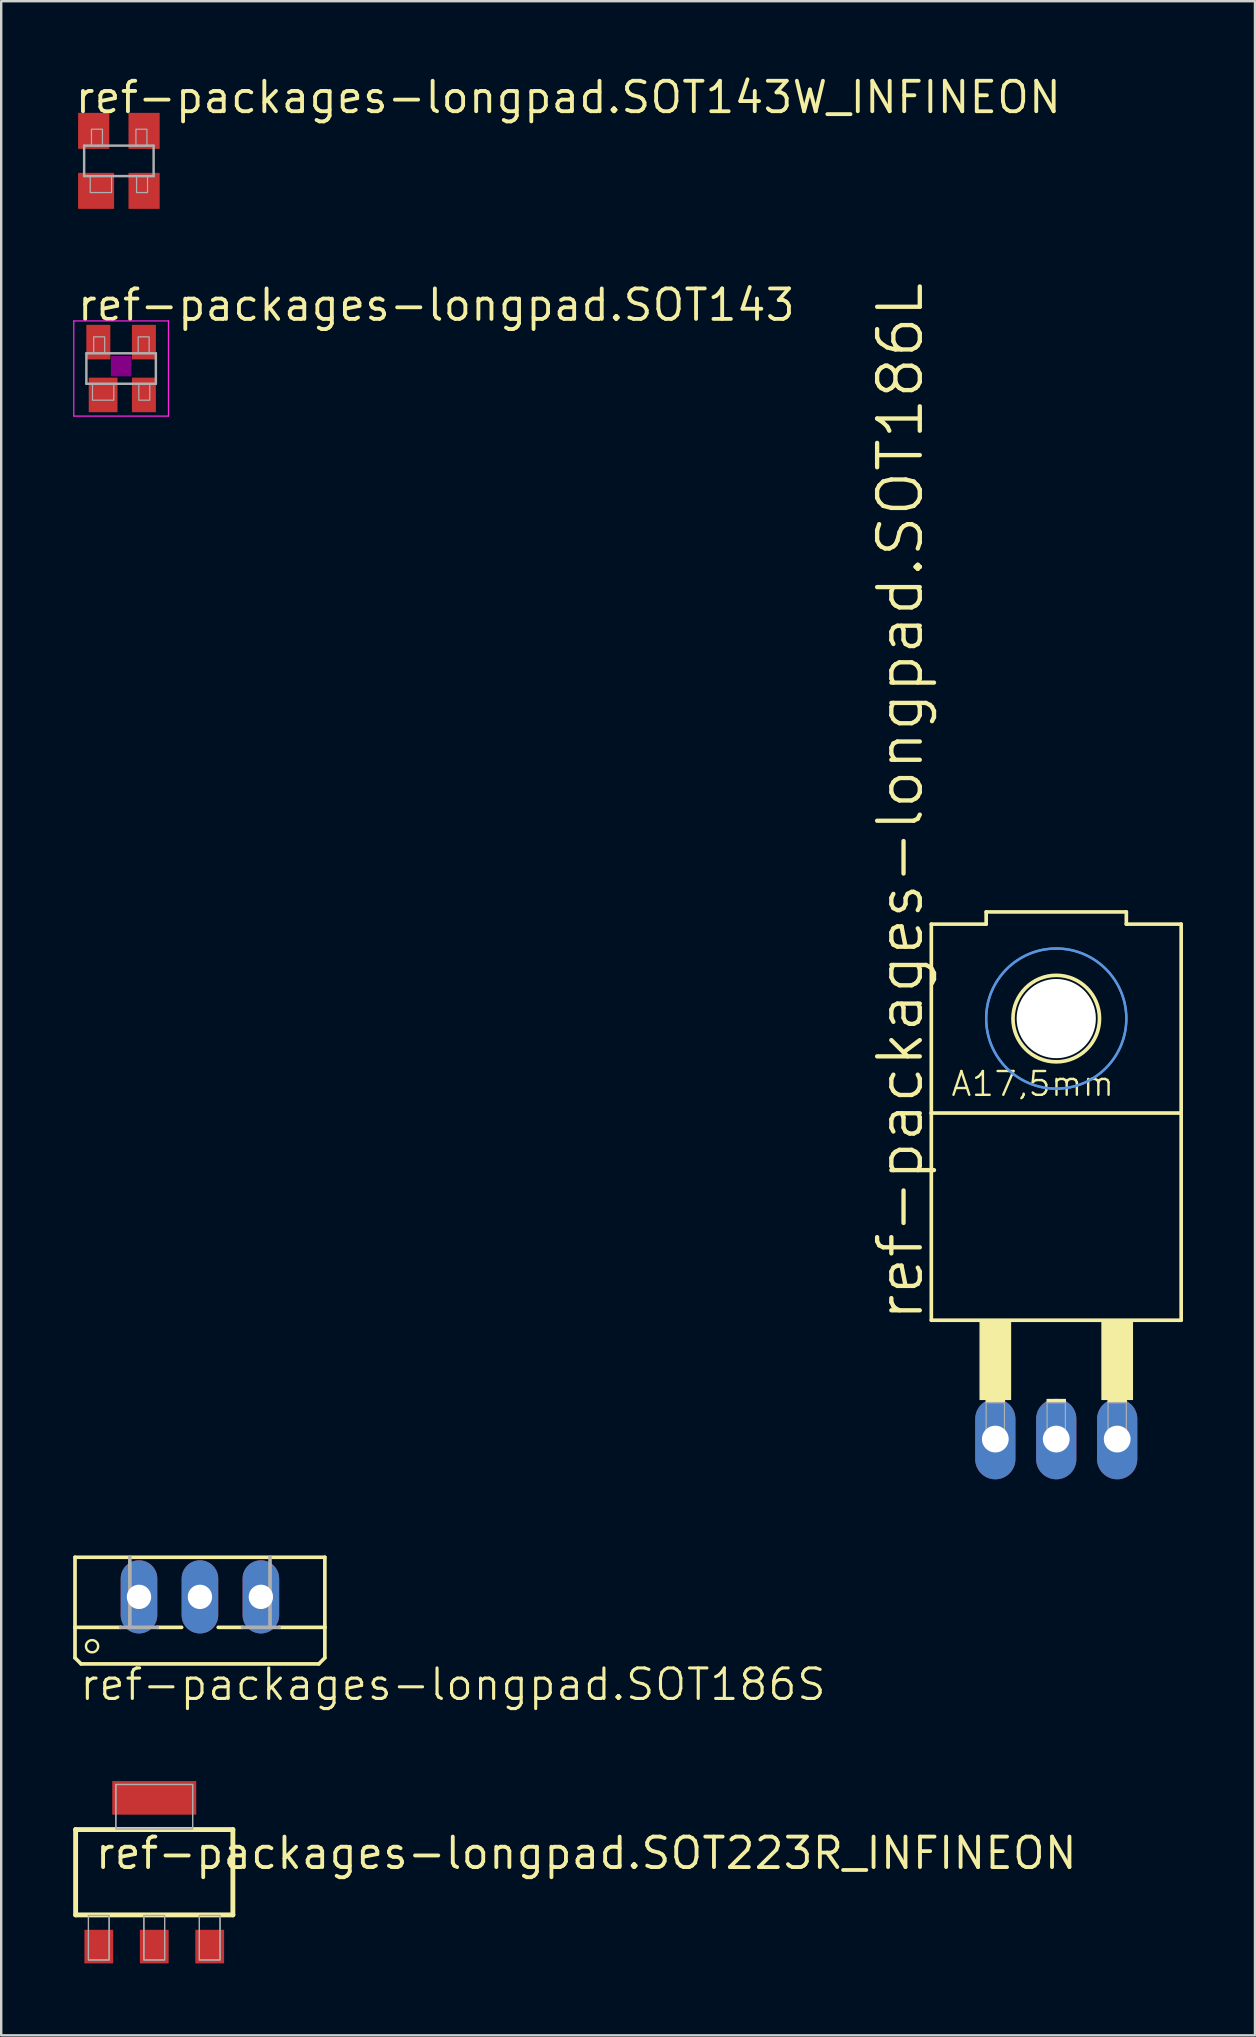
<source format=kicad_pcb>
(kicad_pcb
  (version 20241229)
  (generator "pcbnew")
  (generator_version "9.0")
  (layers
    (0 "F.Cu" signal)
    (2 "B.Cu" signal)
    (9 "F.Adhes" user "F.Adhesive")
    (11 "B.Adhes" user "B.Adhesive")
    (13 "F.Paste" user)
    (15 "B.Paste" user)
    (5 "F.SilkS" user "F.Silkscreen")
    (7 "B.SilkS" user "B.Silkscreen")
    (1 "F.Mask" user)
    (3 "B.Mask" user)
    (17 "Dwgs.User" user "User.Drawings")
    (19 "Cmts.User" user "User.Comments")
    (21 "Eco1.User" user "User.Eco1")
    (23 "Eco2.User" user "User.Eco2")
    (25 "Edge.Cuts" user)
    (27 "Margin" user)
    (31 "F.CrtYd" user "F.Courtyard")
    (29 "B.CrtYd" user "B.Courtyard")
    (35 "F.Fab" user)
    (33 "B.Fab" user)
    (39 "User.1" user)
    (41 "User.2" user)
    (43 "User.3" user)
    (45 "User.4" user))
  (footprint "ref-packages-longpad.SOT186S"
    (layer "F.Cu")
    (at 5.283 61.856)
    (property "Reference" "ref-packages-longpad.SOT186S" (at -5.08 6.045 0) (layer "F.SilkS") (effects (font (size 1.27 1.27) (thickness 0.13)) (justify left bottom)))
    (attr through_hole)
    (fp_line (start -5.207 2.921) (end -5.207 0) (stroke (width 0.152) (type default)) (layer "F.SilkS"))
    (fp_line (start -5.207 2.921) (end -3.302 2.921) (stroke (width 0.152) (type default)) (layer "F.SilkS"))
    (fp_line (start -5.207 4.191) (end -5.207 2.921) (stroke (width 0.152) (type default)) (layer "F.SilkS"))
    (fp_line (start -5.207 4.191) (end -4.953 4.445) (stroke (width 0.152) (type default)) (layer "F.SilkS"))
    (fp_line (start -1.778 2.921) (end -0.762 2.921) (stroke (width 0.152) (type default)) (layer "F.SilkS"))
    (fp_line (start 0.762 2.921) (end 1.778 2.921) (stroke (width 0.152) (type default)) (layer "F.SilkS"))
    (fp_line (start 4.953 4.445) (end -4.953 4.445) (stroke (width 0.152) (type default)) (layer "F.SilkS"))
    (fp_line (start 4.953 4.445) (end 5.207 4.191) (stroke (width 0.152) (type default)) (layer "F.SilkS"))
    (fp_line (start 5.207 0) (end -5.207 0) (stroke (width 0.152) (type default)) (layer "F.SilkS"))
    (fp_line (start 5.207 2.921) (end 3.302 2.921) (stroke (width 0.152) (type default)) (layer "F.SilkS"))
    (fp_line (start 5.207 2.921) (end 5.207 0) (stroke (width 0.152) (type default)) (layer "F.SilkS"))
    (fp_line (start 5.207 4.191) (end 5.207 2.921) (stroke (width 0.152) (type default)) (layer "F.SilkS"))
    (fp_circle (center -4.496 3.708) (end -4.242 3.708) (stroke (width 0.1) (type default)) (fill no) (layer "F.SilkS"))
    (fp_line (start -3.302 2.921) (end -2.921 2.921) (stroke (width 0.152) (type default)) (layer "F.Fab"))
    (fp_line (start -2.921 2.921) (end -2.921 0) (stroke (width 0.152) (type default)) (layer "F.Fab"))
    (fp_line (start -2.921 2.921) (end -1.778 2.921) (stroke (width 0.152) (type default)) (layer "F.Fab"))
    (fp_line (start 2.921 2.921) (end 1.778 2.921) (stroke (width 0.152) (type default)) (layer "F.Fab"))
    (fp_line (start 2.921 2.921) (end 2.921 0) (stroke (width 0.152) (type default)) (layer "F.Fab"))
    (fp_line (start 3.302 2.921) (end 2.921 2.921) (stroke (width 0.152) (type default)) (layer "F.Fab"))
    (pad "A1" thru_hole oval (at -2.54 1.651 90) (size 3.048 1.524) (drill 1.016) (layers "*.Cu" "*.Mask"))
    (pad "A2" thru_hole oval (at 2.54 1.651 90) (size 3.048 1.524) (drill 1.016) (layers "*.Cu" "*.Mask"))
    (pad "C" thru_hole oval (at 0 1.651 90) (size 3.048 1.524) (drill 1.016) (layers "*.Cu" "*.Mask")))
  (footprint "ref-packages-longpad.SOT143W_INFINEON"
    (layer "F.Cu")
    (at 1.905 3.655)
    (property "Reference" "ref-packages-longpad.SOT143W_INFINEON" (at -1.905 -1.905 0) (layer "F.SilkS") (effects (font (size 1.27 1.27) (thickness 0.16)) (justify left bottom)))
    (attr smd)
    (fp_line (start -1.448 -0.635) (end 1.448 -0.635) (stroke (width 0.102) (type default)) (layer "F.Fab"))
    (fp_line (start -1.448 0.635) (end -1.448 -0.635) (stroke (width 0.102) (type default)) (layer "F.Fab"))
    (fp_line (start -1.448 0.635) (end 1.448 0.635) (stroke (width 0.102) (type default)) (layer "F.Fab"))
    (fp_line (start 1.448 0.635) (end 1.448 -0.635) (stroke (width 0.102) (type default)) (layer "F.Fab"))
    (fp_rect (start -1.194 1.321) (end -0.305 0.635) (stroke (width 0.05) (type default)) (fill no) (layer "F.Fab"))
    (fp_rect (start -1.143 -0.635) (end -0.686 -1.321) (stroke (width 0.05) (type default)) (fill no) (layer "F.Fab"))
    (fp_rect (start 0.711 -0.635) (end 1.168 -1.321) (stroke (width 0.05) (type default)) (fill no) (layer "F.Fab"))
    (fp_rect (start 0.737 1.321) (end 1.194 0.635) (stroke (width 0.05) (type default)) (fill no) (layer "F.Fab"))
    (pad "1" smd roundrect (at -0.95 1.25) (size 1.5 1.5) (layers "F.Cu" "F.Mask" "F.Paste") (roundrect_rratio 0.01))
    (pad "2" smd roundrect (at 1.05 1.25) (size 1.3 1.5) (layers "F.Cu" "F.Mask" "F.Paste") (roundrect_rratio 0.01))
    (pad "3" smd roundrect (at 1.05 -1.25) (size 1.3 1.5) (layers "F.Cu" "F.Mask" "F.Paste") (roundrect_rratio 0.01))
    (pad "4" smd roundrect (at -1.05 -1.25) (size 1.3 1.5) (layers "F.Cu" "F.Mask" "F.Paste") (roundrect_rratio 0.01)))
  (footprint "ref-packages-longpad.SOT223R_INFINEON"
    (layer "F.Cu")
    (at 3.379 74.983)
    (property "Reference" "ref-packages-longpad.SOT223R_INFINEON" (at -2.54 -0.051 0) (layer "F.SilkS") (effects (font (size 1.27 1.27) (thickness 0.16)) (justify left bottom)))
    (attr smd)
    (fp_line (start -3.277 -1.778) (end 3.277 -1.778) (stroke (width 0.203) (type default)) (layer "F.SilkS"))
    (fp_line (start -3.277 1.778) (end -3.277 -1.778) (stroke (width 0.203) (type default)) (layer "F.SilkS"))
    (fp_line (start 3.277 -1.778) (end 3.277 1.778) (stroke (width 0.203) (type default)) (layer "F.SilkS"))
    (fp_line (start 3.277 1.778) (end -3.277 1.778) (stroke (width 0.203) (type default)) (layer "F.SilkS"))
    (fp_rect (start -2.743 3.658) (end -1.88 1.803) (stroke (width 0.05) (type default)) (fill no) (layer "F.Fab"))
    (fp_rect (start -2.743 3.658) (end -1.88 1.803) (stroke (width 0.05) (type default)) (fill no) (layer "F.Fab"))
    (fp_rect (start -1.6 -1.803) (end 1.6 -3.658) (stroke (width 0.05) (type default)) (fill no) (layer "F.Fab"))
    (fp_rect (start -1.6 -1.803) (end 1.6 -3.658) (stroke (width 0.05) (type default)) (fill no) (layer "F.Fab"))
    (fp_rect (start -0.432 3.658) (end 0.432 1.803) (stroke (width 0.05) (type default)) (fill no) (layer "F.Fab"))
    (fp_rect (start -0.432 3.658) (end 0.432 1.803) (stroke (width 0.05) (type default)) (fill no) (layer "F.Fab"))
    (fp_rect (start 1.88 3.658) (end 2.743 1.803) (stroke (width 0.05) (type default)) (fill no) (layer "F.Fab"))
    (fp_rect (start 1.88 3.658) (end 2.743 1.803) (stroke (width 0.05) (type default)) (fill no) (layer "F.Fab"))
    (pad "1" smd roundrect (at -2.311 3.099) (size 1.2 1.4) (layers "F.Cu" "F.Mask" "F.Paste") (roundrect_rratio 0.01))
    (pad "2" smd roundrect (at 0 3.099) (size 1.2 1.4) (layers "F.Cu" "F.Mask" "F.Paste") (roundrect_rratio 0.01))
    (pad "3" smd roundrect (at 2.311 3.099) (size 1.2 1.4) (layers "F.Cu" "F.Mask" "F.Paste") (roundrect_rratio 0.01))
    (pad "4" smd roundrect (at 0 -3.099) (size 3.5 1.4) (layers "F.Cu" "F.Mask" "F.Paste") (roundrect_rratio 0.01)))
  (footprint "ref-packages-longpad.SOT186L"
    (layer "F.Cu")
    (at 40.974 50.58)
    (property "Reference" "ref-packages-longpad.SOT186L" (at -5.461 1.524 90) (layer "F.SilkS") (effects (font (size 1.778 1.778) (thickness 0.18)) (justify left bottom)))
    (attr through_hole)
    (fp_line (start -5.207 -15.113) (end -2.921 -15.113) (stroke (width 0.152) (type default)) (layer "F.SilkS"))
    (fp_line (start -5.207 -7.239) (end -5.207 -15.113) (stroke (width 0.152) (type default)) (layer "F.SilkS"))
    (fp_line (start -5.207 -7.239) (end 5.207 -7.239) (stroke (width 0.152) (type default)) (layer "F.SilkS"))
    (fp_line (start -5.207 1.397) (end -5.207 -7.239) (stroke (width 0.152) (type default)) (layer "F.SilkS"))
    (fp_line (start -5.207 1.397) (end 5.207 1.397) (stroke (width 0.152) (type default)) (layer "F.SilkS"))
    (fp_line (start -2.921 -15.621) (end -2.921 -15.113) (stroke (width 0.152) (type default)) (layer "F.SilkS"))
    (fp_line (start -2.921 -15.621) (end 2.921 -15.621) (stroke (width 0.152) (type default)) (layer "F.SilkS"))
    (fp_line (start 2.921 -15.621) (end 2.921 -15.113) (stroke (width 0.152) (type default)) (layer "F.SilkS"))
    (fp_line (start 5.207 -15.113) (end 2.921 -15.113) (stroke (width 0.152) (type default)) (layer "F.SilkS"))
    (fp_line (start 5.207 -7.239) (end 5.207 -15.113) (stroke (width 0.152) (type default)) (layer "F.SilkS"))
    (fp_line (start 5.207 1.397) (end 5.207 -7.239) (stroke (width 0.152) (type default)) (layer "F.SilkS"))
    (fp_rect (start -3.175 4.699) (end -1.905 1.397) (stroke (width 0.05) (type default)) (fill yes) (layer "F.SilkS"))
    (fp_rect (start -2.921 4.826) (end -2.159 4.699) (stroke (width 0.05) (type default)) (fill yes) (layer "F.SilkS"))
    (fp_rect (start -0.381 4.826) (end 0.381 4.699) (stroke (width 0.05) (type default)) (fill yes) (layer "F.SilkS"))
    (fp_rect (start 1.905 4.699) (end 3.175 1.397) (stroke (width 0.05) (type default)) (fill yes) (layer "F.SilkS"))
    (fp_rect (start 2.159 4.826) (end 2.921 4.699) (stroke (width 0.05) (type default)) (fill yes) (layer "F.SilkS"))
    (fp_circle (center 0 -11.176) (end 1.803 -11.176) (stroke (width 0.152) (type default)) (fill no) (layer "F.SilkS"))
    (fp_circle (center 0 -11.176) (end 2.921 -11.176) (stroke (width 0.1) (type default)) (fill no) (layer "Cmts.User"))
    (fp_circle (center 0 -11.176) (end 2.921 -11.176) (stroke (width 0.1) (type default)) (fill no) (layer "Cmts.User"))
    (fp_rect (start -2.921 6.477) (end -2.159 4.826) (stroke (width 0.05) (type default)) (fill no) (layer "F.Fab"))
    (fp_rect (start -0.381 6.477) (end 0.381 4.826) (stroke (width 0.05) (type default)) (fill no) (layer "F.Fab"))
    (fp_rect (start 2.159 6.477) (end 2.921 4.826) (stroke (width 0.05) (type default)) (fill no) (layer "F.Fab"))
    (fp_text user "A17,5mm" (at -4.445 -7.874 0) (layer "F.SilkS") (effects (font (size 0.991 0.991) (thickness 0.1)) (justify left bottom)))
    (pad "" np_thru_hole circle (at 0 -11.176) (size 3.302 3.302) (drill 3.302) (layers "*.Cu" "*.Mask"))
    (pad "A1" thru_hole oval (at -2.54 6.35 90) (size 3.353 1.676) (drill 1.118) (layers "*.Cu" "*.Mask"))
    (pad "A2" thru_hole oval (at 2.54 6.35 90) (size 3.353 1.676) (drill 1.118) (layers "*.Cu" "*.Mask"))
    (pad "C" thru_hole oval (at 0 6.35 90) (size 3.353 1.676) (drill 1.118) (layers "*.Cu" "*.Mask")))
  (footprint "ref-packages-longpad.SOT143"
    (layer "F.Cu")
    (at 1.998 12.31)
    (property "Reference" "ref-packages-longpad.SOT143" (at -1.905 -1.905 0) (layer "F.SilkS") (effects (font (size 1.27 1.27) (thickness 0.16)) (justify left bottom)))
    (attr smd)
    (fp_rect (start -0.4 0.3) (end 0.4 -0.5) (stroke (width 0.05) (type default)) (fill yes) (layer "F.Adhes"))
    (fp_line (start -1.973 -1.983) (end 1.973 -1.983) (stroke (width 0.051) (type default)) (layer "F.CrtYd"))
    (fp_line (start -1.973 1.983) (end -1.973 -1.983) (stroke (width 0.051) (type default)) (layer "F.CrtYd"))
    (fp_line (start 1.973 -1.983) (end 1.973 1.983) (stroke (width 0.051) (type default)) (layer "F.CrtYd"))
    (fp_line (start 1.973 1.983) (end -1.973 1.983) (stroke (width 0.051) (type default)) (layer "F.CrtYd"))
    (fp_line (start -1.448 -0.635) (end 1.448 -0.635) (stroke (width 0.102) (type default)) (layer "F.Fab"))
    (fp_line (start -1.448 0.635) (end -1.448 -0.635) (stroke (width 0.102) (type default)) (layer "F.Fab"))
    (fp_line (start -1.448 0.635) (end 1.448 0.635) (stroke (width 0.102) (type default)) (layer "F.Fab"))
    (fp_line (start 1.448 0.635) (end 1.448 -0.635) (stroke (width 0.102) (type default)) (layer "F.Fab"))
    (fp_rect (start -1.194 1.321) (end -0.305 0.635) (stroke (width 0.05) (type default)) (fill no) (layer "F.Fab"))
    (fp_rect (start -1.143 -0.635) (end -0.686 -1.321) (stroke (width 0.05) (type default)) (fill no) (layer "F.Fab"))
    (fp_rect (start 0.711 -0.635) (end 1.168 -1.321) (stroke (width 0.05) (type default)) (fill no) (layer "F.Fab"))
    (fp_rect (start 0.737 1.321) (end 1.194 0.635) (stroke (width 0.05) (type default)) (fill no) (layer "F.Fab"))
    (pad "1" smd roundrect (at -0.75 1.1) (size 1.2 1.44) (layers "F.Cu" "F.Mask" "F.Paste") (roundrect_rratio 0.01))
    (pad "2" smd roundrect (at 0.95 1.1) (size 1 1.44) (layers "F.Cu" "F.Mask" "F.Paste") (roundrect_rratio 0.01))
    (pad "3" smd roundrect (at 0.95 -1.1) (size 1 1.44) (layers "F.Cu" "F.Mask" "F.Paste") (roundrect_rratio 0.01))
    (pad "4" smd roundrect (at -0.95 -1.1) (size 1 1.44) (layers "F.Cu" "F.Mask" "F.Paste") (roundrect_rratio 0.01)))
  (gr_rect
    (start -3 -3)
    (end 49.257 81.782)
    (stroke (width 0.1) (type default))
    (fill no)
    (layer "Edge.Cuts")))
</source>
